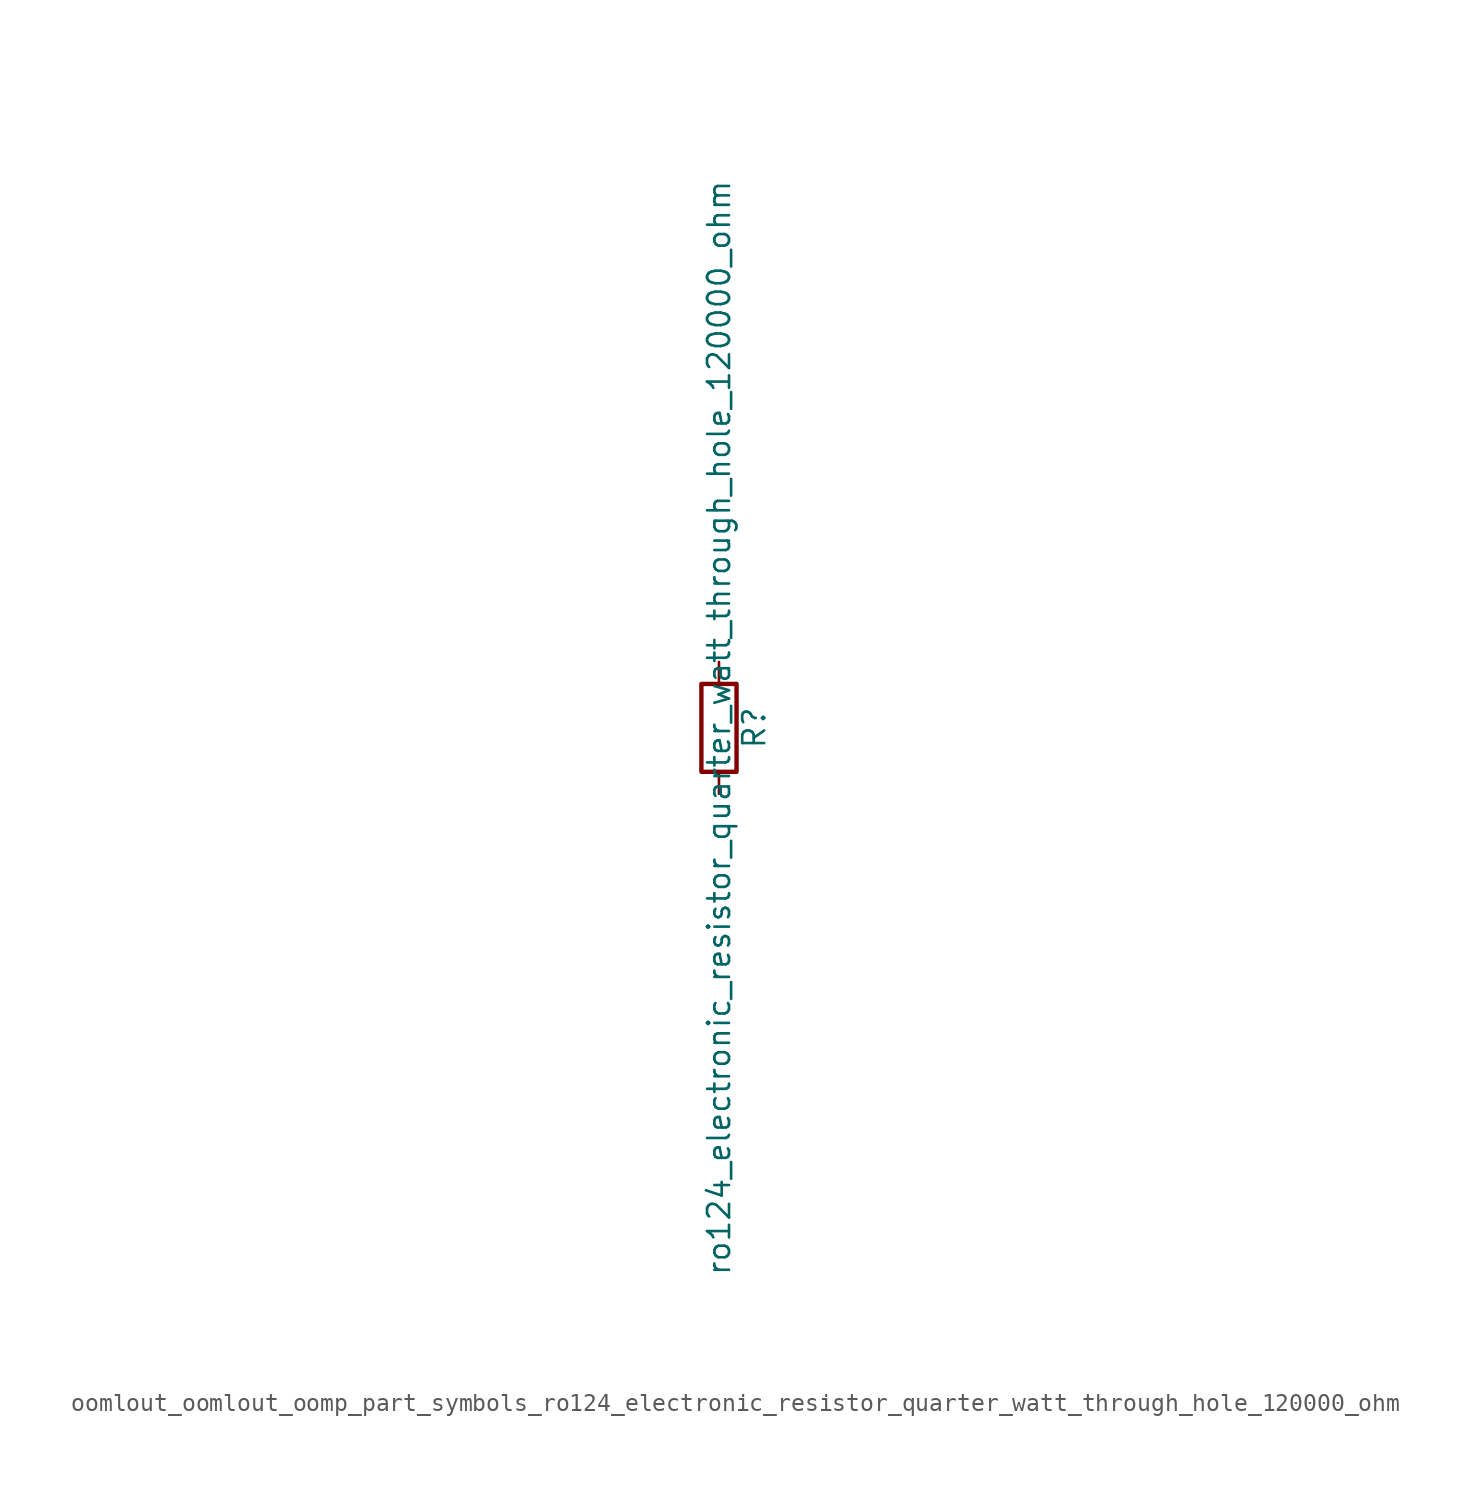
<source format=kicad_sym>
(kicad_symbol_lib
  (version 20220914)
  (generator kicad_symbol_editor)
  (symbol "oomlout_oomlout_oomp_part_symbols_ro124_electronic_resistor_quarter_watt_through_hole_120000_ohm"
    (pin_numbers hide)
    (pin_names
      (offset 0))
    (property "Reference" "R"
      (at 2.032 0 90)
      (effects (font (size 1.27 1.27))))
    (property "Value" "ro124_electronic_resistor_quarter_watt_through_hole_120000_ohm"
      (at 0 0 90)
      (effects (font (size 1.27 1.27))))
    (symbol "oomlout_oomlout_oomp_part_symbols_ro124_electronic_resistor_quarter_watt_through_hole_120000_ohm_0_1"
      (rectangle (start -1.016 -2.54) (end 1.016 2.54) (stroke (width 0.254) (type default)) (fill (type none))))
    (symbol "oomlout_oomlout_oomp_part_symbols_ro124_electronic_resistor_quarter_watt_through_hole_120000_ohm_1_1"
      (pin passive line (at 0 3.81 270) (length 1.27) (name "~" (effects (font (size 1.27 1.27)))) (number "1" (effects (font (size 1.27 1.27)))))
      (pin passive line (at 0 -3.81 90) (length 1.27) (name "~" (effects (font (size 1.27 1.27)))) (number "2" (effects (font (size 1.27 1.27))))))))
</source>
